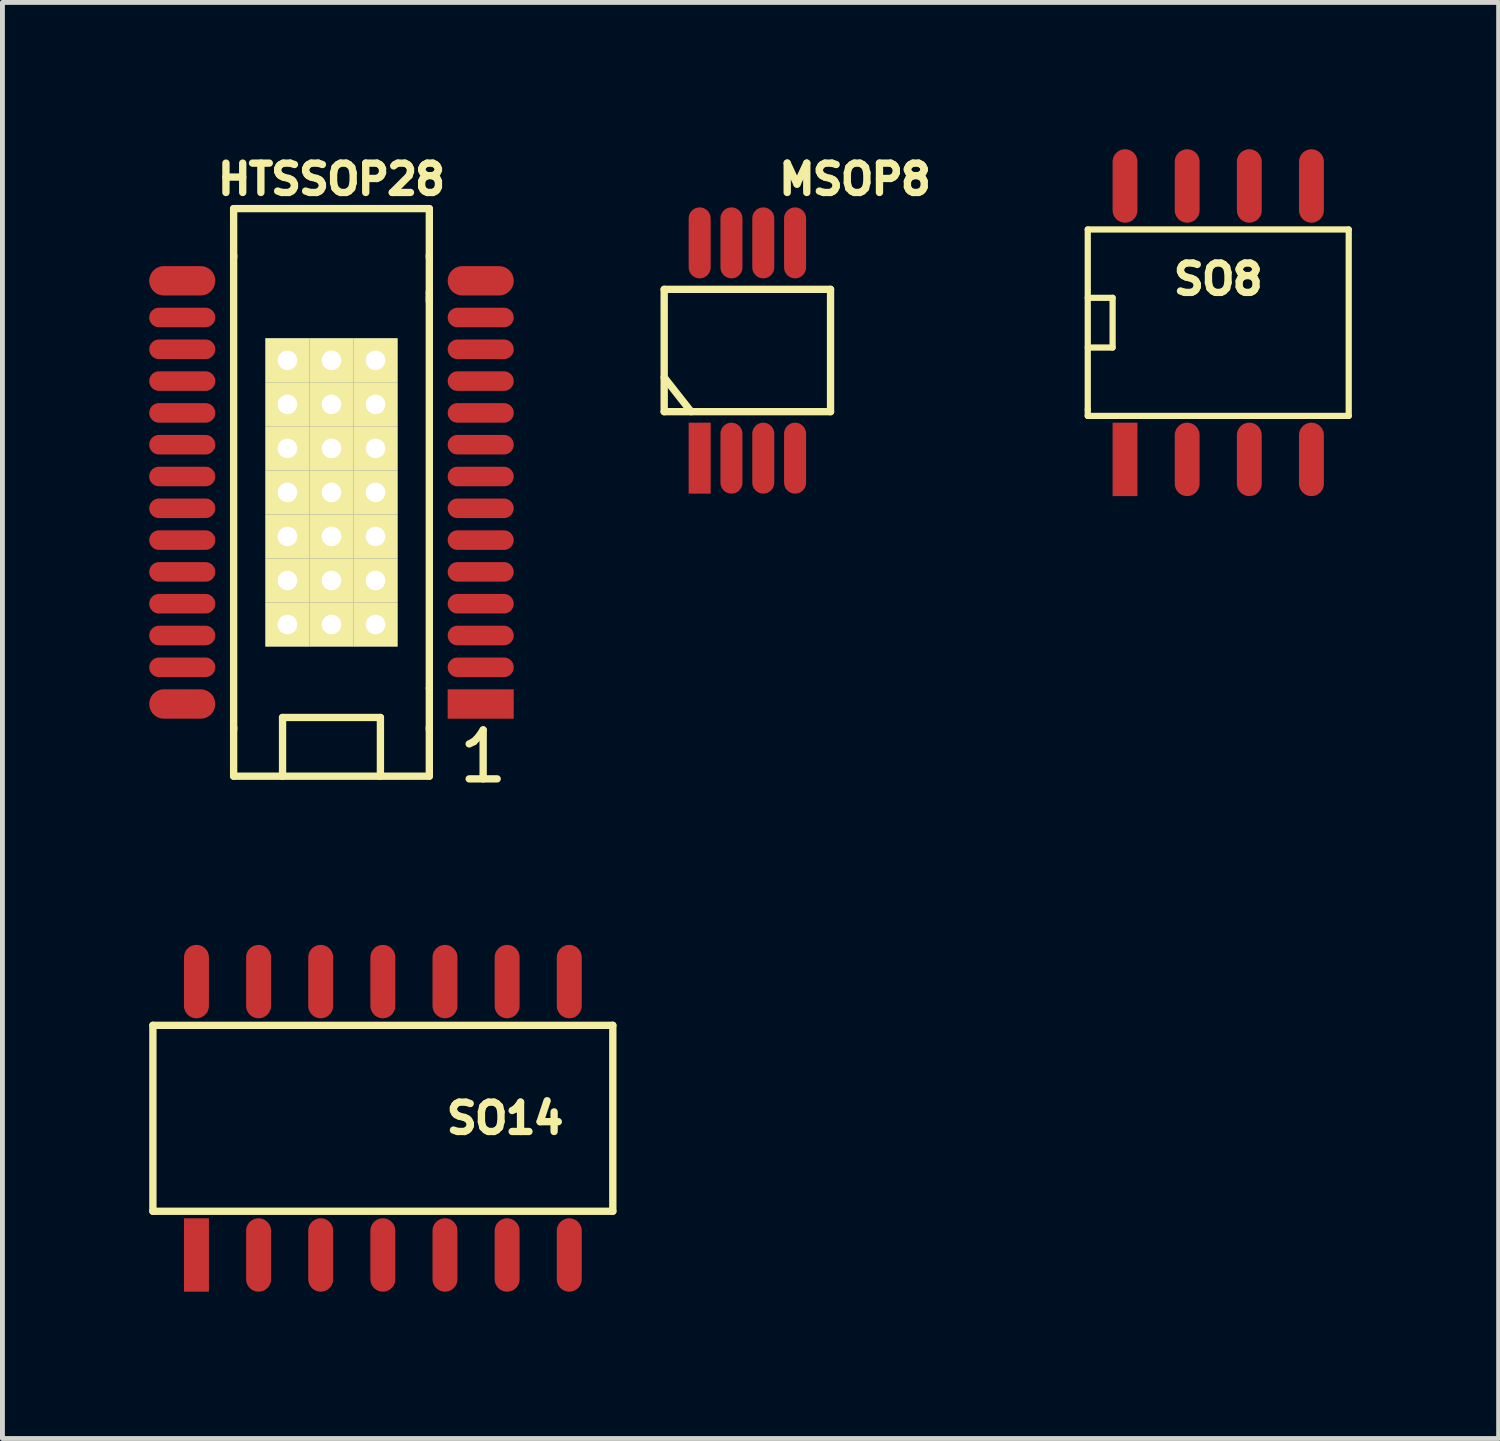
<source format=kicad_pcb>
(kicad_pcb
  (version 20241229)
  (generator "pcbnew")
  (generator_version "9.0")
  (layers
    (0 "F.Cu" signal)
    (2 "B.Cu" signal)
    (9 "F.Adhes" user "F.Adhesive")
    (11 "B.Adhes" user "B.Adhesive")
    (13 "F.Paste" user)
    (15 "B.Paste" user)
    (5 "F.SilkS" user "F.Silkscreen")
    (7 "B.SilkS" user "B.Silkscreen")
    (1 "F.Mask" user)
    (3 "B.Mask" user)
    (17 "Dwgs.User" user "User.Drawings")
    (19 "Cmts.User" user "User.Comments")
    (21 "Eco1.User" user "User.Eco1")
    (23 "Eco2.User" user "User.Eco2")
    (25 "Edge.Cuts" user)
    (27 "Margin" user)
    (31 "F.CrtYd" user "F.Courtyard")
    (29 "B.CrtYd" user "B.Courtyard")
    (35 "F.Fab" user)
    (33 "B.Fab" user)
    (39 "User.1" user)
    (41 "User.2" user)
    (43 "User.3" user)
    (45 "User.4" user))
  (footprint "SO8"
    (layer "F.Cu")
    (at 21.849 3.545)
    (property "Reference" "SO8" (at 0 -0.889 0) (layer "F.SilkS") (effects (font (size 0.6 0.6) (thickness 0.15))))
    (attr smd)
    (fp_line (start -2.667 -1.905) (end -2.667 1.778) (stroke (width 0.127) (type solid)) (layer "F.SilkS"))
    (fp_line (start -2.667 -0.508) (end -2.159 -0.508) (stroke (width 0.127) (type solid)) (layer "F.SilkS"))
    (fp_line (start -2.667 1.778) (end -2.667 1.905) (stroke (width 0.127) (type solid)) (layer "F.SilkS"))
    (fp_line (start -2.667 1.905) (end 2.667 1.905) (stroke (width 0.127) (type solid)) (layer "F.SilkS"))
    (fp_line (start -2.159 -0.508) (end -2.159 0.508) (stroke (width 0.127) (type solid)) (layer "F.SilkS"))
    (fp_line (start -2.159 0.508) (end -2.667 0.508) (stroke (width 0.127) (type solid)) (layer "F.SilkS"))
    (fp_line (start 2.667 -1.905) (end -2.667 -1.905) (stroke (width 0.127) (type solid)) (layer "F.SilkS"))
    (fp_line (start 2.667 -1.905) (end 2.667 1.905) (stroke (width 0.127) (type solid)) (layer "F.SilkS"))
    (pad "1" smd rect (at -1.905 2.794) (size 0.508 1.501) (layers "F.Cu" "F.Mask" "F.Paste"))
    (pad "2" smd oval (at -0.635 2.794) (size 0.508 1.501) (layers "F.Cu" "F.Mask" "F.Paste"))
    (pad "3" smd oval (at 0.635 2.794) (size 0.508 1.501) (layers "F.Cu" "F.Mask" "F.Paste"))
    (pad "4" smd oval (at 1.905 2.794) (size 0.508 1.501) (layers "F.Cu" "F.Mask" "F.Paste"))
    (pad "5" smd oval (at 1.905 -2.794) (size 0.508 1.501) (layers "F.Cu" "F.Mask" "F.Paste"))
    (pad "6" smd oval (at 0.635 -2.794) (size 0.508 1.501) (layers "F.Cu" "F.Mask" "F.Paste"))
    (pad "7" smd oval (at -0.635 -2.794) (size 0.508 1.501) (layers "F.Cu" "F.Mask" "F.Paste"))
    (pad "8" smd oval (at -1.905 -2.794) (size 0.508 1.501) (layers "F.Cu" "F.Mask" "F.Paste")))
  (footprint "SO14"
    (layer "F.Cu")
    (at 4.775 19.806)
    (property "Reference" "SO14" (at 2.5 0 0) (layer "F.SilkS") (effects (font (size 0.6 0.6) (thickness 0.15))))
    (attr through_hole)
    (fp_line (start -4.7 -1.9) (end 4.7 -1.9) (stroke (width 0.15) (type solid)) (layer "F.SilkS"))
    (fp_line (start -4.7 1.9) (end -4.7 -1.9) (stroke (width 0.15) (type solid)) (layer "F.SilkS"))
    (fp_line (start 4.7 -1.9) (end 4.7 1.9) (stroke (width 0.15) (type solid)) (layer "F.SilkS"))
    (fp_line (start 4.7 1.9) (end -4.7 1.9) (stroke (width 0.15) (type solid)) (layer "F.SilkS"))
    (pad "1" smd rect (at -3.81 2.794) (size 0.51 1.5) (layers "F.Cu" "F.Mask" "F.Paste"))
    (pad "2" smd oval (at -2.54 2.794) (size 0.51 1.5) (layers "F.Cu" "F.Mask" "F.Paste"))
    (pad "3" smd oval (at -1.27 2.794) (size 0.51 1.5) (layers "F.Cu" "F.Mask" "F.Paste"))
    (pad "4" smd oval (at 0 2.794) (size 0.51 1.5) (layers "F.Cu" "F.Mask" "F.Paste"))
    (pad "5" smd oval (at 1.27 2.794) (size 0.51 1.5) (layers "F.Cu" "F.Mask" "F.Paste"))
    (pad "6" smd oval (at 2.54 2.794) (size 0.51 1.5) (layers "F.Cu" "F.Mask" "F.Paste"))
    (pad "7" smd oval (at 3.81 2.794) (size 0.51 1.5) (layers "F.Cu" "F.Mask" "F.Paste"))
    (pad "8" smd oval (at 3.81 -2.794) (size 0.51 1.5) (layers "F.Cu" "F.Mask" "F.Paste"))
    (pad "9" smd oval (at 2.54 -2.794) (size 0.51 1.5) (layers "F.Cu" "F.Mask" "F.Paste"))
    (pad "10" smd oval (at 1.27 -2.794) (size 0.51 1.5) (layers "F.Cu" "F.Mask" "F.Paste"))
    (pad "11" smd oval (at 0 -2.794) (size 0.51 1.5) (layers "F.Cu" "F.Mask" "F.Paste"))
    (pad "12" smd oval (at -1.27 -2.794) (size 0.51 1.5) (layers "F.Cu" "F.Mask" "F.Paste"))
    (pad "13" smd oval (at -2.54 -2.794) (size 0.51 1.5) (layers "F.Cu" "F.Mask" "F.Paste"))
    (pad "14" smd oval (at -3.81 -2.794) (size 0.51 1.5) (layers "F.Cu" "F.Mask" "F.Paste")))
  (footprint "HTSSOP28"
    (layer "F.Cu")
    (at 3.725 7.014)
    (property "Reference" "HTSSOP28" (at 0 -6.4 0) (layer "F.SilkS") (effects (font (size 0.6 0.6) (thickness 0.15))))
    (attr through_hole)
    (fp_line (start -2 -5.8) (end 2 -5.8) (stroke (width 0.15) (type solid)) (layer "F.SilkS"))
    (fp_line (start -2 -4.85) (end -2 4.85) (stroke (width 0.15) (type solid)) (layer "F.SilkS"))
    (fp_line (start -2 -4.8) (end -2 -5.8) (stroke (width 0.15) (type solid)) (layer "F.SilkS"))
    (fp_line (start -2 4.8) (end -2 5.8) (stroke (width 0.15) (type solid)) (layer "F.SilkS"))
    (fp_line (start -2 5.8) (end 2 5.8) (stroke (width 0.15) (type solid)) (layer "F.SilkS"))
    (fp_line (start -1 4.6) (end 1 4.6) (stroke (width 0.15) (type solid)) (layer "F.SilkS"))
    (fp_line (start -1 5.8) (end -1 4.6) (stroke (width 0.15) (type solid)) (layer "F.SilkS"))
    (fp_line (start 1 4.6) (end 1 5.8) (stroke (width 0.15) (type solid)) (layer "F.SilkS"))
    (fp_line (start 2 -5.8) (end 2 -4.8) (stroke (width 0.15) (type solid)) (layer "F.SilkS"))
    (fp_line (start 2 -4.85) (end 2 -4.05) (stroke (width 0.15) (type solid)) (layer "F.SilkS"))
    (fp_line (start 2 -3.9) (end 2 -4.1) (stroke (width 0.15) (type solid)) (layer "F.SilkS"))
    (fp_line (start 2 4) (end 2 -4) (stroke (width 0.15) (type solid)) (layer "F.SilkS"))
    (fp_line (start 2 4.85) (end 2 4) (stroke (width 0.15) (type solid)) (layer "F.SilkS"))
    (fp_line (start 2 5.8) (end 2 4.8) (stroke (width 0.15) (type solid)) (layer "F.SilkS"))
    (fp_text user "1" (at 3.1 5.4 0) (layer "F.SilkS") (effects (font (size 1 1) (thickness 0.15))))
    (pad "1" smd rect (at 3.05 4.325) (size 1.35 0.6) (layers "F.Cu" "F.Mask" "F.Paste"))
    (pad "2" smd oval (at 3.05 3.575) (size 1.35 0.4) (layers "F.Cu" "F.Mask" "F.Paste"))
    (pad "3" smd oval (at 3.05 2.925) (size 1.35 0.4) (layers "F.Cu" "F.Mask" "F.Paste"))
    (pad "4" smd oval (at 3.05 2.275) (size 1.35 0.4) (layers "F.Cu" "F.Mask" "F.Paste"))
    (pad "5" smd oval (at 3.05 1.625) (size 1.35 0.4) (layers "F.Cu" "F.Mask" "F.Paste"))
    (pad "6" smd oval (at 3.05 0.975) (size 1.35 0.4) (layers "F.Cu" "F.Mask" "F.Paste"))
    (pad "7" smd oval (at 3.05 0.325) (size 1.35 0.4) (layers "F.Cu" "F.Mask" "F.Paste"))
    (pad "8" smd oval (at 3.05 -0.325) (size 1.35 0.4) (layers "F.Cu" "F.Mask" "F.Paste"))
    (pad "9" smd oval (at 3.05 -0.975) (size 1.35 0.4) (layers "F.Cu" "F.Mask" "F.Paste"))
    (pad "10" smd oval (at 3.05 -1.625) (size 1.35 0.4) (layers "F.Cu" "F.Mask" "F.Paste"))
    (pad "11" smd oval (at 3.05 -2.275) (size 1.35 0.4) (layers "F.Cu" "F.Mask" "F.Paste"))
    (pad "12" smd oval (at 3.05 -2.925) (size 1.35 0.4) (layers "F.Cu" "F.Mask" "F.Paste"))
    (pad "13" smd oval (at 3.05 -3.575) (size 1.35 0.4) (layers "F.Cu" "F.Mask" "F.Paste"))
    (pad "14" smd oval (at 3.05 -4.325) (size 1.35 0.6) (layers "F.Cu" "F.Mask" "F.Paste"))
    (pad "15" smd oval (at -3.05 -4.325) (size 1.35 0.6) (layers "F.Cu" "F.Mask" "F.Paste"))
    (pad "16" smd oval (at -3.05 -3.575) (size 1.35 0.4) (layers "F.Cu" "F.Mask" "F.Paste"))
    (pad "17" smd oval (at -3.05 -2.925) (size 1.35 0.4) (layers "F.Cu" "F.Mask" "F.Paste"))
    (pad "18" smd oval (at -3.05 -2.275) (size 1.35 0.4) (layers "F.Cu" "F.Mask" "F.Paste"))
    (pad "19" smd oval (at -3.05 -1.625) (size 1.35 0.4) (layers "F.Cu" "F.Mask" "F.Paste"))
    (pad "20" smd oval (at -3.05 -0.975) (size 1.35 0.4) (layers "F.Cu" "F.Mask" "F.Paste"))
    (pad "21" smd oval (at -3.05 -0.325) (size 1.35 0.4) (layers "F.Cu" "F.Mask" "F.Paste"))
    (pad "22" smd oval (at -3.05 0.325) (size 1.35 0.4) (layers "F.Cu" "F.Mask" "F.Paste"))
    (pad "23" smd oval (at -3.05 0.975) (size 1.35 0.4) (layers "F.Cu" "F.Mask" "F.Paste"))
    (pad "24" smd oval (at -3.05 1.625) (size 1.35 0.4) (layers "F.Cu" "F.Mask" "F.Paste"))
    (pad "25" smd oval (at -3.05 2.275) (size 1.35 0.4) (layers "F.Cu" "F.Mask" "F.Paste"))
    (pad "26" smd oval (at -3.05 2.925) (size 1.35 0.4) (layers "F.Cu" "F.Mask" "F.Paste"))
    (pad "27" smd oval (at -3.05 3.575) (size 1.35 0.4) (layers "F.Cu" "F.Mask" "F.Paste"))
    (pad "28" smd oval (at -3.05 4.325) (size 1.35 0.6) (layers "F.Cu" "F.Mask" "F.Paste"))
    (pad "PAD" thru_hole rect (at -0.9 -2.7) (size 0.9 0.9) (drill 0.4) (layers "*.Cu" "*.Mask" "F.SilkS"))
    (pad "PAD" thru_hole rect (at -0.9 -1.8) (size 0.9 0.9) (drill 0.4) (layers "*.Cu" "*.Mask" "F.SilkS"))
    (pad "PAD" thru_hole rect (at -0.9 -0.9) (size 0.9 0.9) (drill 0.4) (layers "*.Cu" "*.Mask" "F.SilkS"))
    (pad "PAD" thru_hole rect (at -0.9 0) (size 0.9 0.9) (drill 0.4) (layers "*.Cu" "*.Mask" "F.SilkS"))
    (pad "PAD" thru_hole rect (at -0.9 0.9) (size 0.9 0.9) (drill 0.4) (layers "*.Cu" "*.Mask" "F.SilkS"))
    (pad "PAD" thru_hole rect (at -0.9 1.8) (size 0.9 0.9) (drill 0.4) (layers "*.Cu" "*.Mask" "F.SilkS"))
    (pad "PAD" thru_hole rect (at -0.9 2.7) (size 0.9 0.9) (drill 0.4) (layers "*.Cu" "*.Mask" "F.SilkS"))
    (pad "PAD" thru_hole rect (at 0 -2.7) (size 0.9 0.9) (drill 0.4) (layers "*.Cu" "*.Mask" "F.SilkS"))
    (pad "PAD" thru_hole rect (at 0 -1.8) (size 0.9 0.9) (drill 0.4) (layers "*.Cu" "*.Mask" "F.SilkS"))
    (pad "PAD" thru_hole rect (at 0 -0.9) (size 0.9 0.9) (drill 0.4) (layers "*.Cu" "*.Mask" "F.SilkS"))
    (pad "PAD" thru_hole rect (at 0 0) (size 0.9 0.9) (drill 0.4) (layers "*.Cu" "*.Mask" "F.SilkS"))
    (pad "PAD" thru_hole rect (at 0 0.9) (size 0.9 0.9) (drill 0.4) (layers "*.Cu" "*.Mask" "F.SilkS"))
    (pad "PAD" thru_hole rect (at 0 1.8) (size 0.9 0.9) (drill 0.4) (layers "*.Cu" "*.Mask" "F.SilkS"))
    (pad "PAD" thru_hole rect (at 0 2.7) (size 0.9 0.9) (drill 0.4) (layers "*.Cu" "*.Mask" "F.SilkS"))
    (pad "PAD" thru_hole rect (at 0.9 -2.7) (size 0.9 0.9) (drill 0.4) (layers "*.Cu" "*.Mask" "F.SilkS"))
    (pad "PAD" thru_hole rect (at 0.9 -1.8) (size 0.9 0.9) (drill 0.4) (layers "*.Cu" "*.Mask" "F.SilkS"))
    (pad "PAD" thru_hole rect (at 0.9 -0.9) (size 0.9 0.9) (drill 0.4) (layers "*.Cu" "*.Mask" "F.SilkS"))
    (pad "PAD" thru_hole rect (at 0.9 0) (size 0.9 0.9) (drill 0.4) (layers "*.Cu" "*.Mask" "F.SilkS"))
    (pad "PAD" thru_hole rect (at 0.9 0.9) (size 0.9 0.9) (drill 0.4) (layers "*.Cu" "*.Mask" "F.SilkS"))
    (pad "PAD" thru_hole rect (at 0.9 1.8) (size 0.9 0.9) (drill 0.4) (layers "*.Cu" "*.Mask" "F.SilkS"))
    (pad "PAD" thru_hole rect (at 0.9 2.7) (size 0.9 0.9) (drill 0.4) (layers "*.Cu" "*.Mask" "F.SilkS")))
  (footprint "MSOP8"
    (layer "F.Cu")
    (at 12.225 4.114)
    (property "Reference" "MSOP8" (at 2.2 -3.5 0) (layer "F.SilkS") (effects (font (size 0.6 0.6) (thickness 0.15))))
    (attr through_hole)
    (fp_line (start -1.7 -1.25) (end 1.7 -1.25) (stroke (width 0.15) (type solid)) (layer "F.SilkS"))
    (fp_line (start -1.7 0.55) (end -1.15 1.25) (stroke (width 0.15) (type solid)) (layer "F.SilkS"))
    (fp_line (start -1.7 1.25) (end -1.7 -1.25) (stroke (width 0.15) (type solid)) (layer "F.SilkS"))
    (fp_line (start 1.7 -1.25) (end 1.7 1.25) (stroke (width 0.15) (type solid)) (layer "F.SilkS"))
    (fp_line (start 1.7 1.25) (end -1.7 1.25) (stroke (width 0.15) (type solid)) (layer "F.SilkS"))
    (pad "1" smd rect (at -0.975 2.2) (size 0.45 1.45) (layers "F.Cu" "F.Mask" "F.Paste"))
    (pad "2" smd oval (at -0.325 2.2) (size 0.45 1.45) (layers "F.Cu" "F.Mask" "F.Paste"))
    (pad "3" smd oval (at 0.325 2.2) (size 0.45 1.45) (layers "F.Cu" "F.Mask" "F.Paste"))
    (pad "4" smd oval (at 0.975 2.2) (size 0.45 1.45) (layers "F.Cu" "F.Mask" "F.Paste"))
    (pad "5" smd oval (at 0.975 -2.2) (size 0.45 1.45) (layers "F.Cu" "F.Mask" "F.Paste"))
    (pad "6" smd oval (at 0.325 -2.2) (size 0.45 1.45) (layers "F.Cu" "F.Mask" "F.Paste"))
    (pad "7" smd oval (at -0.325 -2.2) (size 0.45 1.45) (layers "F.Cu" "F.Mask" "F.Paste"))
    (pad "8" smd oval (at -0.975 -2.2) (size 0.45 1.45) (layers "F.Cu" "F.Mask" "F.Paste")))
  (gr_rect
    (start -3 -3)
    (end 27.58 26.351)
    (stroke (width 0.1) (type default))
    (fill no)
    (layer "Edge.Cuts")))
</source>
